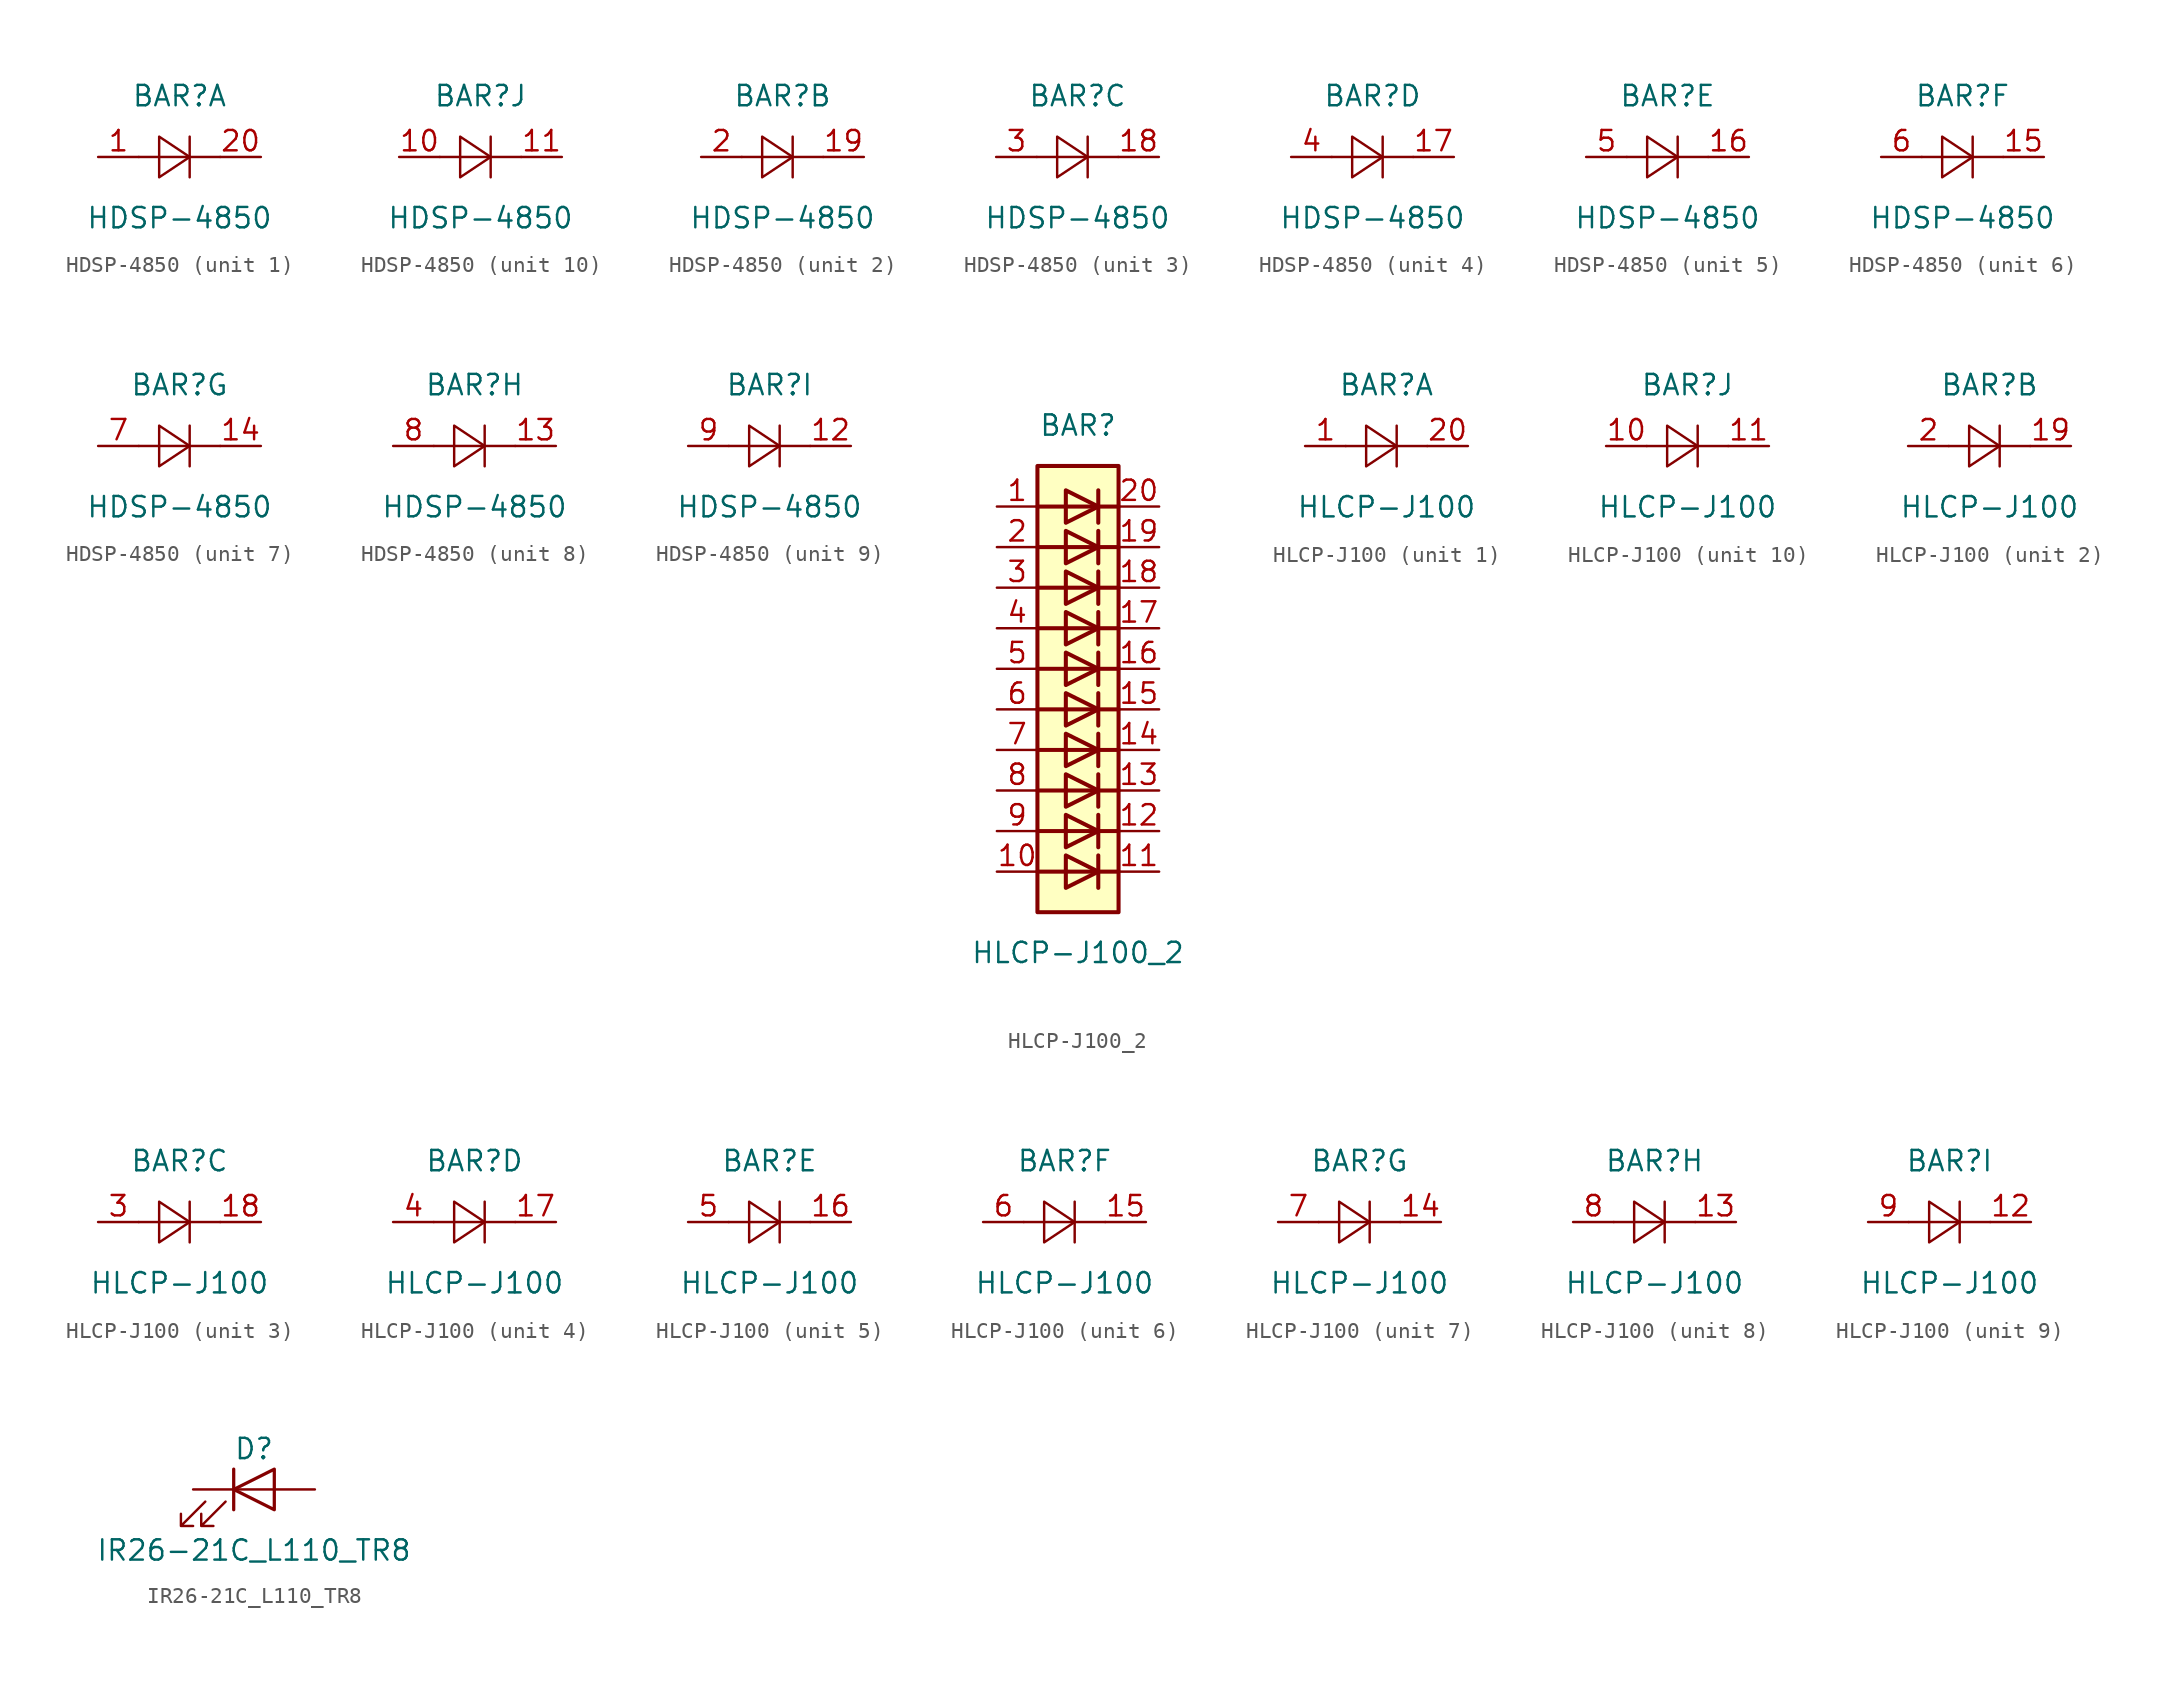
<source format=kicad_sym>
(kicad_symbol_lib
  (version 20211014)
  (generator kicad_symbol_editor)
  (symbol "HDSP-4850"
    (pin_names
      (offset 1.016) hide)
    (property "Reference" "BAR"
      (at 0 3.81 0)
      (effects (font (size 1.27 1.27))))
    (property "Value" "HDSP-4850"
      (at 0 -3.81 0)
      (effects (font (size 1.27 1.27))))
    (symbol "HDSP-4850_0_1"
      (polyline (pts (xy -2.54 0) (xy 2.54 0)) (stroke (width 0) (type default) (color 0 0 0 0)) (fill (type none)))
      (polyline (pts (xy 0.635 1.27) (xy 0.635 -1.27)) (stroke (width 0) (type default) (color 0 0 0 0)) (fill (type none)))
      (polyline (pts (xy -1.27 1.27) (xy -1.27 -1.27) (xy 0.635 0) (xy -1.27 1.27)) (stroke (width 0) (type default) (color 0 0 0 0)) (fill (type none))))
    (symbol "HDSP-4850_1_1"
      (pin passive line (at -5.08 0 0) (length 2.54) (name "A" (effects (font (size 1.27 1.27)))) (number "1" (effects (font (size 1.27 1.27)))))
      (pin passive line (at 5.08 0 180) (length 2.54) (name "K" (effects (font (size 1.27 1.27)))) (number "20" (effects (font (size 1.27 1.27))))))
    (symbol "HDSP-4850_2_1"
      (pin passive line (at 5.08 0 180) (length 2.54) (name "K" (effects (font (size 1.27 1.27)))) (number "19" (effects (font (size 1.27 1.27)))))
      (pin passive line (at -5.08 0 0) (length 2.54) (name "A" (effects (font (size 1.27 1.27)))) (number "2" (effects (font (size 1.27 1.27))))))
    (symbol "HDSP-4850_3_1"
      (pin passive line (at 5.08 0 180) (length 2.54) (name "K" (effects (font (size 1.27 1.27)))) (number "18" (effects (font (size 1.27 1.27)))))
      (pin passive line (at -5.08 0 0) (length 2.54) (name "A" (effects (font (size 1.27 1.27)))) (number "3" (effects (font (size 1.27 1.27))))))
    (symbol "HDSP-4850_4_1"
      (pin passive line (at 5.08 0 180) (length 2.54) (name "K" (effects (font (size 1.27 1.27)))) (number "17" (effects (font (size 1.27 1.27)))))
      (pin passive line (at -5.08 0 0) (length 2.54) (name "A" (effects (font (size 1.27 1.27)))) (number "4" (effects (font (size 1.27 1.27))))))
    (symbol "HDSP-4850_5_1"
      (pin passive line (at 5.08 0 180) (length 2.54) (name "K" (effects (font (size 1.27 1.27)))) (number "16" (effects (font (size 1.27 1.27)))))
      (pin passive line (at -5.08 0 0) (length 2.54) (name "A" (effects (font (size 1.27 1.27)))) (number "5" (effects (font (size 1.27 1.27))))))
    (symbol "HDSP-4850_6_1"
      (pin passive line (at 5.08 0 180) (length 2.54) (name "K" (effects (font (size 1.27 1.27)))) (number "15" (effects (font (size 1.27 1.27)))))
      (pin passive line (at -5.08 0 0) (length 2.54) (name "A" (effects (font (size 1.27 1.27)))) (number "6" (effects (font (size 1.27 1.27))))))
    (symbol "HDSP-4850_7_1"
      (pin passive line (at 5.08 0 180) (length 2.54) (name "K" (effects (font (size 1.27 1.27)))) (number "14" (effects (font (size 1.27 1.27)))))
      (pin passive line (at -5.08 0 0) (length 2.54) (name "A" (effects (font (size 1.27 1.27)))) (number "7" (effects (font (size 1.27 1.27))))))
    (symbol "HDSP-4850_8_1"
      (pin passive line (at 5.08 0 180) (length 2.54) (name "K" (effects (font (size 1.27 1.27)))) (number "13" (effects (font (size 1.27 1.27)))))
      (pin passive line (at -5.08 0 0) (length 2.54) (name "A" (effects (font (size 1.27 1.27)))) (number "8" (effects (font (size 1.27 1.27))))))
    (symbol "HDSP-4850_9_1"
      (pin passive line (at 5.08 0 180) (length 2.54) (name "K" (effects (font (size 1.27 1.27)))) (number "12" (effects (font (size 1.27 1.27)))))
      (pin passive line (at -5.08 0 0) (length 2.54) (name "A" (effects (font (size 1.27 1.27)))) (number "9" (effects (font (size 1.27 1.27))))))
    (symbol "HDSP-4850_10_1"
      (pin passive line (at -5.08 0 0) (length 2.54) (name "A" (effects (font (size 1.27 1.27)))) (number "10" (effects (font (size 1.27 1.27)))))
      (pin passive line (at 5.08 0 180) (length 2.54) (name "K" (effects (font (size 1.27 1.27)))) (number "11" (effects (font (size 1.27 1.27)))))))
  (symbol "HLCP-J100_2"
    (pin_names
      (offset 1.016) hide)
    (property "Reference" "BAR"
      (at 0 15.24 0)
      (effects (font (size 1.27 1.27))))
    (property "Value" "HLCP-J100_2"
      (at 0 -17.78 0)
      (effects (font (size 1.27 1.27))))
    (symbol "HLCP-J100_2_0_1"
      (rectangle (start -2.54 12.7) (end 2.54 -15.24) (stroke (width 0.254) (type default) (color 0 0 0 0)) (fill (type background)))
      (polyline (pts (xy -2.54 -12.7) (xy 2.54 -12.7)) (stroke (width 0.254) (type default) (color 0 0 0 0)) (fill (type none)))
      (polyline (pts (xy -2.54 -10.16) (xy 2.54 -10.16)) (stroke (width 0.254) (type default) (color 0 0 0 0)) (fill (type none)))
      (polyline (pts (xy -2.54 -7.62) (xy 2.54 -7.62)) (stroke (width 0.254) (type default) (color 0 0 0 0)) (fill (type none)))
      (polyline (pts (xy -2.54 -5.08) (xy 2.54 -5.08)) (stroke (width 0.254) (type default) (color 0 0 0 0)) (fill (type none)))
      (polyline (pts (xy -2.54 0) (xy 2.54 0)) (stroke (width 0.254) (type default) (color 0 0 0 0)) (fill (type none)))
      (polyline (pts (xy -2.54 5.08) (xy 2.54 5.08)) (stroke (width 0.254) (type default) (color 0 0 0 0)) (fill (type none)))
      (polyline (pts (xy -2.54 7.62) (xy 2.54 7.62)) (stroke (width 0.254) (type default) (color 0 0 0 0)) (fill (type none)))
      (polyline (pts (xy -2.54 10.16) (xy 2.54 10.16)) (stroke (width 0.254) (type default) (color 0 0 0 0)) (fill (type none)))
      (polyline (pts (xy 1.27 -11.684) (xy 1.27 -13.716)) (stroke (width 0.254) (type default) (color 0 0 0 0)) (fill (type none)))
      (polyline (pts (xy 1.27 -9.144) (xy 1.27 -11.176)) (stroke (width 0.254) (type default) (color 0 0 0 0)) (fill (type none)))
      (polyline (pts (xy 1.27 -6.604) (xy 1.27 -8.636)) (stroke (width 0.254) (type default) (color 0 0 0 0)) (fill (type none)))
      (polyline (pts (xy 1.27 -4.064) (xy 1.27 -6.096)) (stroke (width 0.254) (type default) (color 0 0 0 0)) (fill (type none)))
      (polyline (pts (xy 1.27 -1.524) (xy 1.27 -3.556)) (stroke (width 0.254) (type default) (color 0 0 0 0)) (fill (type none)))
      (polyline (pts (xy 1.27 1.016) (xy 1.27 -1.016)) (stroke (width 0.254) (type default) (color 0 0 0 0)) (fill (type none)))
      (polyline (pts (xy 1.27 3.556) (xy 1.27 1.524)) (stroke (width 0.254) (type default) (color 0 0 0 0)) (fill (type none)))
      (polyline (pts (xy 1.27 6.096) (xy 1.27 4.064)) (stroke (width 0.254) (type default) (color 0 0 0 0)) (fill (type none)))
      (polyline (pts (xy 1.27 8.636) (xy 1.27 6.604)) (stroke (width 0.254) (type default) (color 0 0 0 0)) (fill (type none)))
      (polyline (pts (xy 1.27 11.176) (xy 1.27 9.144)) (stroke (width 0.254) (type default) (color 0 0 0 0)) (fill (type none)))
      (polyline (pts (xy 2.54 -2.54) (xy -2.54 -2.54)) (stroke (width 0.254) (type default) (color 0 0 0 0)) (fill (type none)))
      (polyline (pts (xy 2.54 2.54) (xy -2.54 2.54)) (stroke (width 0.254) (type default) (color 0 0 0 0)) (fill (type none)))
      (polyline (pts (xy -0.762 -11.684) (xy -0.762 -13.716) (xy 1.27 -12.7) (xy -0.762 -11.684)) (stroke (width 0.254) (type default) (color 0 0 0 0)) (fill (type none)))
      (polyline (pts (xy -0.762 -9.144) (xy -0.762 -11.176) (xy 1.27 -10.16) (xy -0.762 -9.144)) (stroke (width 0.254) (type default) (color 0 0 0 0)) (fill (type none)))
      (polyline (pts (xy -0.762 -6.604) (xy -0.762 -8.636) (xy 1.27 -7.62) (xy -0.762 -6.604)) (stroke (width 0.254) (type default) (color 0 0 0 0)) (fill (type none)))
      (polyline (pts (xy -0.762 -4.064) (xy -0.762 -6.096) (xy 1.27 -5.08) (xy -0.762 -4.064)) (stroke (width 0.254) (type default) (color 0 0 0 0)) (fill (type none)))
      (polyline (pts (xy -0.762 -1.524) (xy -0.762 -3.556) (xy 1.27 -2.54) (xy -0.762 -1.524)) (stroke (width 0.254) (type default) (color 0 0 0 0)) (fill (type none)))
      (polyline (pts (xy -0.762 1.016) (xy -0.762 -1.016) (xy 1.27 0) (xy -0.762 1.016)) (stroke (width 0.254) (type default) (color 0 0 0 0)) (fill (type none)))
      (polyline (pts (xy -0.762 3.556) (xy -0.762 1.524) (xy 1.27 2.54) (xy -0.762 3.556)) (stroke (width 0.254) (type default) (color 0 0 0 0)) (fill (type none)))
      (polyline (pts (xy -0.762 6.096) (xy -0.762 4.064) (xy 1.27 5.08) (xy -0.762 6.096)) (stroke (width 0.254) (type default) (color 0 0 0 0)) (fill (type none)))
      (polyline (pts (xy -0.762 8.636) (xy -0.762 6.604) (xy 1.27 7.62) (xy -0.762 8.636)) (stroke (width 0.254) (type default) (color 0 0 0 0)) (fill (type none)))
      (polyline (pts (xy -0.762 11.176) (xy -0.762 9.144) (xy 1.27 10.16) (xy -0.762 11.176)) (stroke (width 0.254) (type default) (color 0 0 0 0)) (fill (type none))))
    (symbol "HLCP-J100_2_1_1"
      (pin passive line (at -5.08 10.16 0) (length 2.54) (name "A" (effects (font (size 1.27 1.27)))) (number "1" (effects (font (size 1.27 1.27)))))
      (pin passive line (at -5.08 -12.7 0) (length 2.54) (name "A" (effects (font (size 1.27 1.27)))) (number "10" (effects (font (size 1.27 1.27)))))
      (pin passive line (at 5.08 -12.7 180) (length 2.54) (name "K" (effects (font (size 1.27 1.27)))) (number "11" (effects (font (size 1.27 1.27)))))
      (pin passive line (at 5.08 -10.16 180) (length 2.54) (name "K" (effects (font (size 1.27 1.27)))) (number "12" (effects (font (size 1.27 1.27)))))
      (pin passive line (at 5.08 -7.62 180) (length 2.54) (name "K" (effects (font (size 1.27 1.27)))) (number "13" (effects (font (size 1.27 1.27)))))
      (pin passive line (at 5.08 -5.08 180) (length 2.54) (name "K" (effects (font (size 1.27 1.27)))) (number "14" (effects (font (size 1.27 1.27)))))
      (pin passive line (at 5.08 -2.54 180) (length 2.54) (name "K" (effects (font (size 1.27 1.27)))) (number "15" (effects (font (size 1.27 1.27)))))
      (pin passive line (at 5.08 0 180) (length 2.54) (name "K" (effects (font (size 1.27 1.27)))) (number "16" (effects (font (size 1.27 1.27)))))
      (pin passive line (at 5.08 2.54 180) (length 2.54) (name "K" (effects (font (size 1.27 1.27)))) (number "17" (effects (font (size 1.27 1.27)))))
      (pin passive line (at 5.08 5.08 180) (length 2.54) (name "K" (effects (font (size 1.27 1.27)))) (number "18" (effects (font (size 1.27 1.27)))))
      (pin passive line (at 5.08 7.62 180) (length 2.54) (name "K" (effects (font (size 1.27 1.27)))) (number "19" (effects (font (size 1.27 1.27)))))
      (pin passive line (at -5.08 7.62 0) (length 2.54) (name "A" (effects (font (size 1.27 1.27)))) (number "2" (effects (font (size 1.27 1.27)))))
      (pin passive line (at 5.08 10.16 180) (length 2.54) (name "K" (effects (font (size 1.27 1.27)))) (number "20" (effects (font (size 1.27 1.27)))))
      (pin passive line (at -5.08 5.08 0) (length 2.54) (name "A" (effects (font (size 1.27 1.27)))) (number "3" (effects (font (size 1.27 1.27)))))
      (pin passive line (at -5.08 2.54 0) (length 2.54) (name "A" (effects (font (size 1.27 1.27)))) (number "4" (effects (font (size 1.27 1.27)))))
      (pin passive line (at -5.08 0 0) (length 2.54) (name "A" (effects (font (size 1.27 1.27)))) (number "5" (effects (font (size 1.27 1.27)))))
      (pin passive line (at -5.08 -2.54 0) (length 2.54) (name "A" (effects (font (size 1.27 1.27)))) (number "6" (effects (font (size 1.27 1.27)))))
      (pin passive line (at -5.08 -5.08 0) (length 2.54) (name "A" (effects (font (size 1.27 1.27)))) (number "7" (effects (font (size 1.27 1.27)))))
      (pin passive line (at -5.08 -7.62 0) (length 2.54) (name "A" (effects (font (size 1.27 1.27)))) (number "8" (effects (font (size 1.27 1.27)))))
      (pin passive line (at -5.08 -10.16 0) (length 2.54) (name "A" (effects (font (size 1.27 1.27)))) (number "9" (effects (font (size 1.27 1.27)))))))
  (symbol "HLCP-J100"
    (pin_names
      (offset 1.016) hide)
    (property "Reference" "BAR"
      (at 0 3.81 0)
      (effects (font (size 1.27 1.27))))
    (property "Value" "HLCP-J100"
      (at 0 -3.81 0)
      (effects (font (size 1.27 1.27))))
    (symbol "HLCP-J100_0_1"
      (polyline (pts (xy -2.54 0) (xy 2.54 0)) (stroke (width 0) (type default) (color 0 0 0 0)) (fill (type none)))
      (polyline (pts (xy 0.635 1.27) (xy 0.635 -1.27)) (stroke (width 0) (type default) (color 0 0 0 0)) (fill (type none)))
      (polyline (pts (xy -1.27 1.27) (xy -1.27 -1.27) (xy 0.635 0) (xy -1.27 1.27)) (stroke (width 0) (type default) (color 0 0 0 0)) (fill (type none))))
    (symbol "HLCP-J100_1_1"
      (pin passive line (at -5.08 0 0) (length 2.54) (name "A" (effects (font (size 1.27 1.27)))) (number "1" (effects (font (size 1.27 1.27)))))
      (pin passive line (at 5.08 0 180) (length 2.54) (name "K" (effects (font (size 1.27 1.27)))) (number "20" (effects (font (size 1.27 1.27))))))
    (symbol "HLCP-J100_2_1"
      (pin passive line (at 5.08 0 180) (length 2.54) (name "K" (effects (font (size 1.27 1.27)))) (number "19" (effects (font (size 1.27 1.27)))))
      (pin passive line (at -5.08 0 0) (length 2.54) (name "A" (effects (font (size 1.27 1.27)))) (number "2" (effects (font (size 1.27 1.27))))))
    (symbol "HLCP-J100_3_1"
      (pin passive line (at 5.08 0 180) (length 2.54) (name "K" (effects (font (size 1.27 1.27)))) (number "18" (effects (font (size 1.27 1.27)))))
      (pin passive line (at -5.08 0 0) (length 2.54) (name "A" (effects (font (size 1.27 1.27)))) (number "3" (effects (font (size 1.27 1.27))))))
    (symbol "HLCP-J100_4_1"
      (pin passive line (at 5.08 0 180) (length 2.54) (name "K" (effects (font (size 1.27 1.27)))) (number "17" (effects (font (size 1.27 1.27)))))
      (pin passive line (at -5.08 0 0) (length 2.54) (name "A" (effects (font (size 1.27 1.27)))) (number "4" (effects (font (size 1.27 1.27))))))
    (symbol "HLCP-J100_5_1"
      (pin passive line (at 5.08 0 180) (length 2.54) (name "K" (effects (font (size 1.27 1.27)))) (number "16" (effects (font (size 1.27 1.27)))))
      (pin passive line (at -5.08 0 0) (length 2.54) (name "A" (effects (font (size 1.27 1.27)))) (number "5" (effects (font (size 1.27 1.27))))))
    (symbol "HLCP-J100_6_1"
      (pin passive line (at 5.08 0 180) (length 2.54) (name "K" (effects (font (size 1.27 1.27)))) (number "15" (effects (font (size 1.27 1.27)))))
      (pin passive line (at -5.08 0 0) (length 2.54) (name "A" (effects (font (size 1.27 1.27)))) (number "6" (effects (font (size 1.27 1.27))))))
    (symbol "HLCP-J100_7_1"
      (pin passive line (at 5.08 0 180) (length 2.54) (name "K" (effects (font (size 1.27 1.27)))) (number "14" (effects (font (size 1.27 1.27)))))
      (pin passive line (at -5.08 0 0) (length 2.54) (name "A" (effects (font (size 1.27 1.27)))) (number "7" (effects (font (size 1.27 1.27))))))
    (symbol "HLCP-J100_8_1"
      (pin passive line (at 5.08 0 180) (length 2.54) (name "K" (effects (font (size 1.27 1.27)))) (number "13" (effects (font (size 1.27 1.27)))))
      (pin passive line (at -5.08 0 0) (length 2.54) (name "A" (effects (font (size 1.27 1.27)))) (number "8" (effects (font (size 1.27 1.27))))))
    (symbol "HLCP-J100_9_1"
      (pin passive line (at 5.08 0 180) (length 2.54) (name "K" (effects (font (size 1.27 1.27)))) (number "12" (effects (font (size 1.27 1.27)))))
      (pin passive line (at -5.08 0 0) (length 2.54) (name "A" (effects (font (size 1.27 1.27)))) (number "9" (effects (font (size 1.27 1.27))))))
    (symbol "HLCP-J100_10_1"
      (pin passive line (at -5.08 0 0) (length 2.54) (name "A" (effects (font (size 1.27 1.27)))) (number "10" (effects (font (size 1.27 1.27)))))
      (pin passive line (at 5.08 0 180) (length 2.54) (name "K" (effects (font (size 1.27 1.27)))) (number "11" (effects (font (size 1.27 1.27)))))))
  (symbol "IR26-21C_L110_TR8"
    (pin_numbers hide)
    (pin_names
      (offset 1.016) hide)
    (property "Reference" "D"
      (at 0 2.54 0)
      (effects (font (size 1.27 1.27))))
    (property "Value" "IR26-21C_L110_TR8"
      (at 0 -3.81 0)
      (effects (font (size 1.27 1.27))))
    (symbol "IR26-21C_L110_TR8_0_1"
      (polyline (pts (xy -1.27 -1.27) (xy -1.27 1.27)) (stroke (width 0.203) (type default) (color 0 0 0 0)) (fill (type none)))
      (polyline (pts (xy -1.27 0) (xy 1.27 0)) (stroke (width 0) (type default) (color 0 0 0 0)) (fill (type none)))
      (polyline (pts (xy 1.27 -1.27) (xy 1.27 1.27) (xy -1.27 0) (xy 1.27 -1.27)) (stroke (width 0.203) (type default) (color 0 0 0 0)) (fill (type none)))
      (polyline (pts (xy -3.048 -0.762) (xy -4.572 -2.286) (xy -3.81 -2.286) (xy -4.572 -2.286) (xy -4.572 -1.524)) (stroke (width 0) (type default) (color 0 0 0 0)) (fill (type none)))
      (polyline (pts (xy -1.778 -0.762) (xy -3.302 -2.286) (xy -2.54 -2.286) (xy -3.302 -2.286) (xy -3.302 -1.524)) (stroke (width 0) (type default) (color 0 0 0 0)) (fill (type none))))
    (symbol "IR26-21C_L110_TR8_1_1"
      (pin passive line (at -3.81 0 0) (length 2.54) (name "K" (effects (font (size 1.27 1.27)))) (number "1" (effects (font (size 1.27 1.27)))))
      (pin passive line (at 3.81 0 180) (length 2.54) (name "A" (effects (font (size 1.27 1.27)))) (number "2" (effects (font (size 1.27 1.27))))))))
</source>
